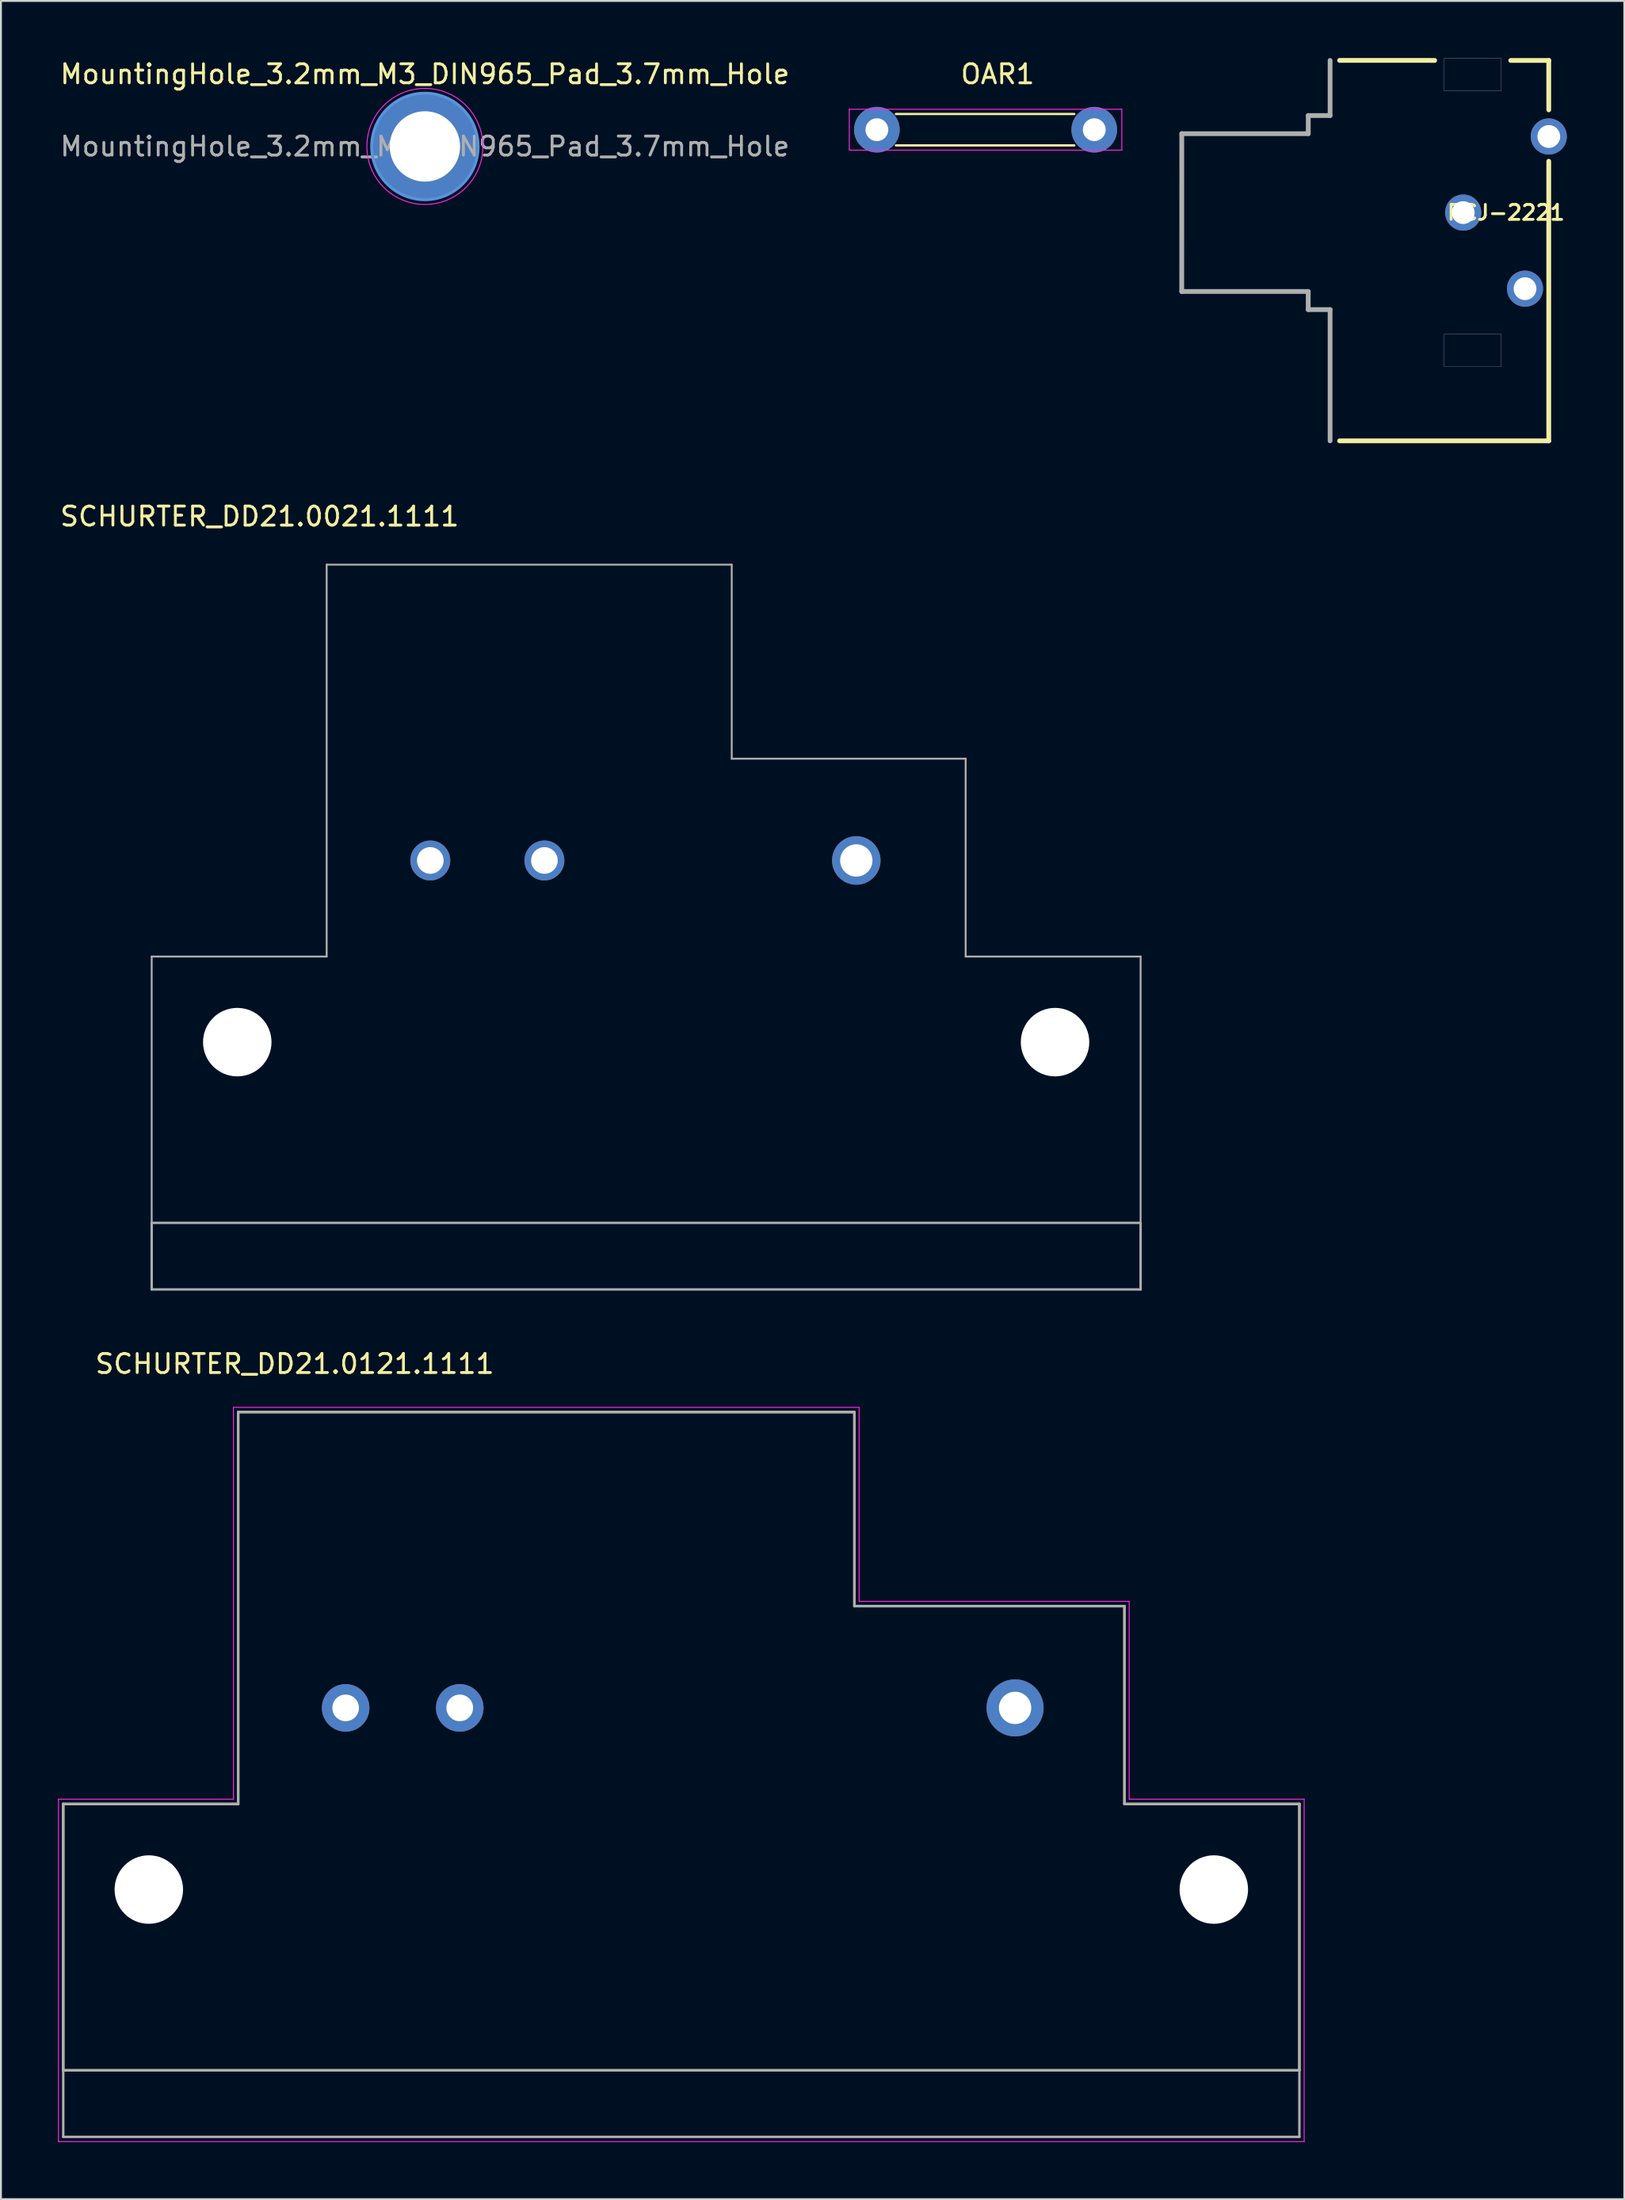
<source format=kicad_pcb>
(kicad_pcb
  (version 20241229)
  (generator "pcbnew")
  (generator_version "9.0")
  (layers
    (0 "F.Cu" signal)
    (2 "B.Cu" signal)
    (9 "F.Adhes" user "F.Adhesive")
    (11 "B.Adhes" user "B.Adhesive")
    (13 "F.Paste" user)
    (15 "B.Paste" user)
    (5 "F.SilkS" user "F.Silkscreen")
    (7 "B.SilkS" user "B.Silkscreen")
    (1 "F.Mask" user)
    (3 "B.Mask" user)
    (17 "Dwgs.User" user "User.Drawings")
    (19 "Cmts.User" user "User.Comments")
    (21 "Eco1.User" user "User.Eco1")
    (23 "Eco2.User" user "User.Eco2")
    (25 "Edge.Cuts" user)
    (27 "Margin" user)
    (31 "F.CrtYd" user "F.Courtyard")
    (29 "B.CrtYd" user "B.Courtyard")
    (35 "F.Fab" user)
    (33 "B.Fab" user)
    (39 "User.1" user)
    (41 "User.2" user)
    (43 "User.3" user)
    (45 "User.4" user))
  (footprint "OAR1"
    (layer "F.Cu")
    (at 43.058 3.768)
    (property "Reference" "OAR1" (at 6.35 -2.92 0) (layer "F.SilkS") (effects (font (size 1 1) (thickness 0.15))))
    (attr through_hole)
    (fp_line (start 1 -0.825) (end 10.38 -0.825) (stroke (width 0.12) (type solid)) (layer "F.SilkS"))
    (fp_line (start 1 0.825) (end 10.38 0.825) (stroke (width 0.12) (type solid)) (layer "F.SilkS"))
    (fp_line (start -1.45 -1.075) (end -1.45 1.075) (stroke (width 0.05) (type solid)) (layer "F.CrtYd"))
    (fp_line (start 12.88 -1.075) (end -1.45 -1.075) (stroke (width 0.05) (type solid)) (layer "F.CrtYd"))
    (fp_line (start 12.88 1.075) (end -1.45 1.075) (stroke (width 0.05) (type solid)) (layer "F.CrtYd"))
    (fp_line (start 12.88 1.075) (end 12.88 -1.075) (stroke (width 0.05) (type solid)) (layer "F.CrtYd"))
    (pad "1" thru_hole circle (at 0 0) (size 2.4 2.4) (drill 1.2) (layers "*.Cu" "*.Mask"))
    (pad "2" thru_hole oval (at 11.43 0) (size 2.4 2.4) (drill 1.2) (layers "*.Cu" "*.Mask")))
  (footprint "SCHURTER_DD21.0021.1111"
    (layer "F.Cu")
    (at 30.926 61.233)
    (property "Reference" "SCHURTER_DD21.0021.1111" (at -20.325 -37.135 0) (layer "F.SilkS") (effects (font (size 1 1) (thickness 0.15))))
    (attr through_hole)
    (fp_line (start -26 -14) (end -16.8 -14) (stroke (width 0.1) (type solid)) (layer "F.Fab"))
    (fp_line (start -26 0) (end -26 -14) (stroke (width 0.1) (type solid)) (layer "F.Fab"))
    (fp_line (start -26 0) (end 26 0) (stroke (width 0.127) (type solid)) (layer "F.Fab"))
    (fp_line (start -26 3.5) (end -26 0) (stroke (width 0.127) (type solid)) (layer "F.Fab"))
    (fp_line (start -26 3.5) (end 26 3.5) (stroke (width 0.127) (type solid)) (layer "F.Fab"))
    (fp_line (start -16.8 -34.6) (end 4.5 -34.6) (stroke (width 0.1) (type solid)) (layer "F.Fab"))
    (fp_line (start -16.8 -14) (end -16.8 -34.6) (stroke (width 0.1) (type solid)) (layer "F.Fab"))
    (fp_line (start 4.5 -34.6) (end 4.5 -24.4) (stroke (width 0.1) (type solid)) (layer "F.Fab"))
    (fp_line (start 16.8 -24.4) (end 4.5 -24.4) (stroke (width 0.1) (type solid)) (layer "F.Fab"))
    (fp_line (start 16.8 -14) (end 16.8 -24.4) (stroke (width 0.1) (type solid)) (layer "F.Fab"))
    (fp_line (start 16.8 -14) (end 26 -14) (stroke (width 0.1) (type solid)) (layer "F.Fab"))
    (fp_line (start 26 0) (end 26 -14) (stroke (width 0.1) (type solid)) (layer "F.Fab"))
    (fp_line (start 26 3.5) (end 26 0) (stroke (width 0.127) (type solid)) (layer "F.Fab"))
    (pad "" np_thru_hole circle (at -21.5 -9.5) (size 3.6 3.6) (drill 3.6) (layers "*.Cu" "*.Mask"))
    (pad "" np_thru_hole circle (at 21.5 -9.5) (size 3.6 3.6) (drill 3.6) (layers "*.Cu" "*.Mask"))
    (pad "L" thru_hole circle (at -11.35 -19.05) (size 2.1 2.1) (drill 1.4) (layers "*.Cu" "*.Mask"))
    (pad "N" thru_hole circle (at -5.35 -19.05) (size 2.1 2.1) (drill 1.4) (layers "*.Cu" "*.Mask"))
    (pad "PE" thru_hole circle (at 11.05 -19.05) (size 2.55 2.55) (drill 1.7) (layers "*.Cu" "*.Mask")))
  (footprint "MountingHole_3.2mm_M3_DIN965_Pad_3.7mm_Hole"
    (layer "F.Cu")
    (at 19.292 4.648)
    (property "Reference" "MountingHole_3.2mm_M3_DIN965_Pad_3.7mm_Hole" (at 0 -3.8 0) (layer "F.SilkS") (effects (font (size 1 1) (thickness 0.15))))
    (attr exclude_from_pos_files exclude_from_bom)
    (fp_circle (center 0 0) (end 2.8 0) (stroke (width 0.15) (type solid)) (fill no) (layer "Cmts.User"))
    (fp_circle (center 0 0) (end 3.05 0) (stroke (width 0.05) (type solid)) (fill no) (layer "F.CrtYd"))
    (fp_text user "${REFERENCE}" (at 0 0 0) (layer "F.Fab") (effects (font (size 1 1) (thickness 0.15))))
    (pad "1" thru_hole circle (at 0 0) (size 5.6 5.6) (drill 3.7) (layers "*.Cu" "*.Mask")))
  (footprint "RCJ-2221"
    (layer "F.Cu")
    (at 66.888 8.125)
    (property "Reference" "RCJ-2221" (at 9.25 0 0) (layer "F.SilkS") (effects (font (size 0.787 0.787) (thickness 0.15))))
    (attr through_hole)
    (fp_line (start 5.5 -7.999) (end 0.5 -8) (stroke (width 0.25) (type solid)) (layer "F.SilkS"))
    (fp_line (start 9.5 -7.999) (end 11.5 -7.999) (stroke (width 0.25) (type solid)) (layer "F.SilkS"))
    (fp_line (start 11.498 -7.999) (end 11.498 -5.401) (stroke (width 0.25) (type solid)) (layer "F.SilkS"))
    (fp_line (start 11.498 -2.699) (end 11.498 12) (stroke (width 0.25) (type solid)) (layer "F.SilkS"))
    (fp_line (start 11.498 12) (end 0.5 12) (stroke (width 0.25) (type solid)) (layer "F.SilkS"))
    (fp_line (start 6 -8.1) (end 8.999 -8.1) (stroke (width 0.01) (type solid)) (layer "Edge.Cuts"))
    (fp_line (start 6 -6.4) (end 6 -8.1) (stroke (width 0.01) (type solid)) (layer "Edge.Cuts"))
    (fp_line (start 6 6.4) (end 6 8.101) (stroke (width 0.01) (type solid)) (layer "Edge.Cuts"))
    (fp_line (start 6 8.101) (end 8.999 8.101) (stroke (width 0.01) (type solid)) (layer "Edge.Cuts"))
    (fp_line (start 8.999 -8.1) (end 8.999 -6.4) (stroke (width 0.01) (type solid)) (layer "Edge.Cuts"))
    (fp_line (start 8.999 -6.4) (end 6 -6.4) (stroke (width 0.01) (type solid)) (layer "Edge.Cuts"))
    (fp_line (start 8.999 6.4) (end 6 6.4) (stroke (width 0.01) (type solid)) (layer "Edge.Cuts"))
    (fp_line (start 8.999 8.101) (end 8.999 6.4) (stroke (width 0.01) (type solid)) (layer "Edge.Cuts"))
    (fp_line (start -7.8 4.149) (end -7.798 -4.149) (stroke (width 0.25) (type solid)) (layer "F.Fab"))
    (fp_line (start -7.8 4.149) (end -1.15 4.149) (stroke (width 0.25) (type solid)) (layer "F.Fab"))
    (fp_line (start -7.798 -4.149) (end -1.148 -4.149) (stroke (width 0.25) (type solid)) (layer "F.Fab"))
    (fp_line (start -1.15 5.1) (end -1.15 4.149) (stroke (width 0.25) (type solid)) (layer "F.Fab"))
    (fp_line (start -1.148 -5.1) (end -1.148 -4.149) (stroke (width 0.25) (type solid)) (layer "F.Fab"))
    (fp_line (start -0.002 5.1) (end -1.15 5.1) (stroke (width 0.25) (type solid)) (layer "F.Fab"))
    (fp_line (start 0 -7.999) (end 0 -5.101) (stroke (width 0.25) (type solid)) (layer "F.Fab"))
    (fp_line (start 0 -5.1) (end -1.148 -5.1) (stroke (width 0.25) (type solid)) (layer "F.Fab"))
    (fp_line (start 0 12) (end 0 5.1) (stroke (width 0.25) (type solid)) (layer "F.Fab"))
    (pad "1" thru_hole circle (at 7 0) (size 1.9 1.9) (drill 1.2) (layers "*.Cu" "*.Mask"))
    (pad "2" thru_hole circle (at 10.25 4) (size 1.9 1.9) (drill 1.2) (layers "*.Cu" "*.Mask"))
    (pad "3" thru_hole circle (at 11.5 -4) (size 1.9 1.9) (drill 1.2) (layers "*.Cu" "*.Mask")))
  (footprint "SCHURTER_DD21.0121.1111"
    (layer "F.Cu")
    (at 32.775 105.78)
    (property "Reference" "SCHURTER_DD21.0121.1111" (at -20.325 -37.135 0) (layer "F.SilkS") (effects (font (size 1 1) (thickness 0.15))))
    (attr through_hole)
    (fp_line (start -32.5 -14) (end -23.3 -14) (stroke (width 0.127) (type solid)) (layer "F.SilkS"))
    (fp_line (start -32.5 0) (end -32.5 -14) (stroke (width 0.127) (type solid)) (layer "F.SilkS"))
    (fp_line (start -32.5 0) (end 32.5 0) (stroke (width 0.127) (type solid)) (layer "F.SilkS"))
    (fp_line (start -23.3 -14) (end -23.3 -34.6) (stroke (width 0.127) (type solid)) (layer "F.SilkS"))
    (fp_line (start 9.1 -34.6) (end -23.3 -34.6) (stroke (width 0.127) (type solid)) (layer "F.SilkS"))
    (fp_line (start 9.1 -24.4) (end 9.1 -34.6) (stroke (width 0.127) (type solid)) (layer "F.SilkS"))
    (fp_line (start 23.3 -24.4) (end 9.1 -24.4) (stroke (width 0.127) (type solid)) (layer "F.SilkS"))
    (fp_line (start 23.3 -14) (end 23.3 -24.4) (stroke (width 0.127) (type solid)) (layer "F.SilkS"))
    (fp_line (start 32.5 -14) (end 23.3 -14) (stroke (width 0.127) (type solid)) (layer "F.SilkS"))
    (fp_line (start 32.5 0) (end 32.5 -14) (stroke (width 0.127) (type solid)) (layer "F.SilkS"))
    (fp_line (start -32.75 -14.25) (end -23.55 -14.25) (stroke (width 0.05) (type solid)) (layer "F.CrtYd"))
    (fp_line (start -32.75 3.75) (end -32.75 -14.25) (stroke (width 0.05) (type solid)) (layer "F.CrtYd"))
    (fp_line (start -23.55 -34.85) (end 9.35 -34.85) (stroke (width 0.05) (type solid)) (layer "F.CrtYd"))
    (fp_line (start -23.55 -14.25) (end -23.55 -34.85) (stroke (width 0.05) (type solid)) (layer "F.CrtYd"))
    (fp_line (start 9.35 -34.85) (end 9.35 -24.65) (stroke (width 0.05) (type solid)) (layer "F.CrtYd"))
    (fp_line (start 9.35 -24.65) (end 23.55 -24.65) (stroke (width 0.05) (type solid)) (layer "F.CrtYd"))
    (fp_line (start 23.55 -24.65) (end 23.55 -14.25) (stroke (width 0.05) (type solid)) (layer "F.CrtYd"))
    (fp_line (start 23.55 -14.25) (end 32.75 -14.25) (stroke (width 0.05) (type solid)) (layer "F.CrtYd"))
    (fp_line (start 32.75 -14.25) (end 32.75 3.75) (stroke (width 0.05) (type solid)) (layer "F.CrtYd"))
    (fp_line (start 32.75 3.75) (end -32.75 3.75) (stroke (width 0.05) (type solid)) (layer "F.CrtYd"))
    (fp_line (start -32.5 -14) (end -23.3 -14) (stroke (width 0.127) (type solid)) (layer "F.Fab"))
    (fp_line (start -32.5 0) (end -32.5 -14) (stroke (width 0.127) (type solid)) (layer "F.Fab"))
    (fp_line (start -32.5 0) (end 32.5 0) (stroke (width 0.127) (type solid)) (layer "F.Fab"))
    (fp_line (start -32.5 3.5) (end -32.5 0) (stroke (width 0.127) (type solid)) (layer "F.Fab"))
    (fp_line (start -32.5 3.5) (end 32.5 3.5) (stroke (width 0.127) (type solid)) (layer "F.Fab"))
    (fp_line (start -23.3 -14) (end -23.3 -34.6) (stroke (width 0.127) (type solid)) (layer "F.Fab"))
    (fp_line (start 9.1 -34.6) (end -23.3 -34.6) (stroke (width 0.127) (type solid)) (layer "F.Fab"))
    (fp_line (start 9.1 -24.4) (end 9.1 -34.6) (stroke (width 0.127) (type solid)) (layer "F.Fab"))
    (fp_line (start 23.3 -24.4) (end 9.1 -24.4) (stroke (width 0.127) (type solid)) (layer "F.Fab"))
    (fp_line (start 23.3 -14) (end 23.3 -24.4) (stroke (width 0.127) (type solid)) (layer "F.Fab"))
    (fp_line (start 32.5 -14) (end 23.3 -14) (stroke (width 0.127) (type solid)) (layer "F.Fab"))
    (fp_line (start 32.5 0) (end 32.5 -14) (stroke (width 0.127) (type solid)) (layer "F.Fab"))
    (fp_line (start 32.5 3.5) (end 32.5 0) (stroke (width 0.127) (type solid)) (layer "F.Fab"))
    (pad "" np_thru_hole circle (at -28 -9.5) (size 3.6 3.6) (drill 3.6) (layers "*.Cu" "*.Mask"))
    (pad "" np_thru_hole circle (at 28 -9.5) (size 3.6 3.6) (drill 3.6) (layers "*.Cu" "*.Mask"))
    (pad "L" thru_hole circle (at -17.65 -19.05) (size 2.5 2.5) (drill 1.4) (layers "*.Cu" "*.Mask"))
    (pad "N" thru_hole circle (at -11.65 -19.05) (size 2.5 2.5) (drill 1.4) (layers "*.Cu" "*.Mask"))
    (pad "PE" thru_hole circle (at 17.55 -19.05) (size 3 3) (drill 1.7) (layers "*.Cu" "*.Mask")))
  (gr_rect
    (start -3 -3)
    (end 82.359 112.555)
    (stroke (width 0.1) (type default))
    (fill no)
    (layer "Edge.Cuts")))
</source>
